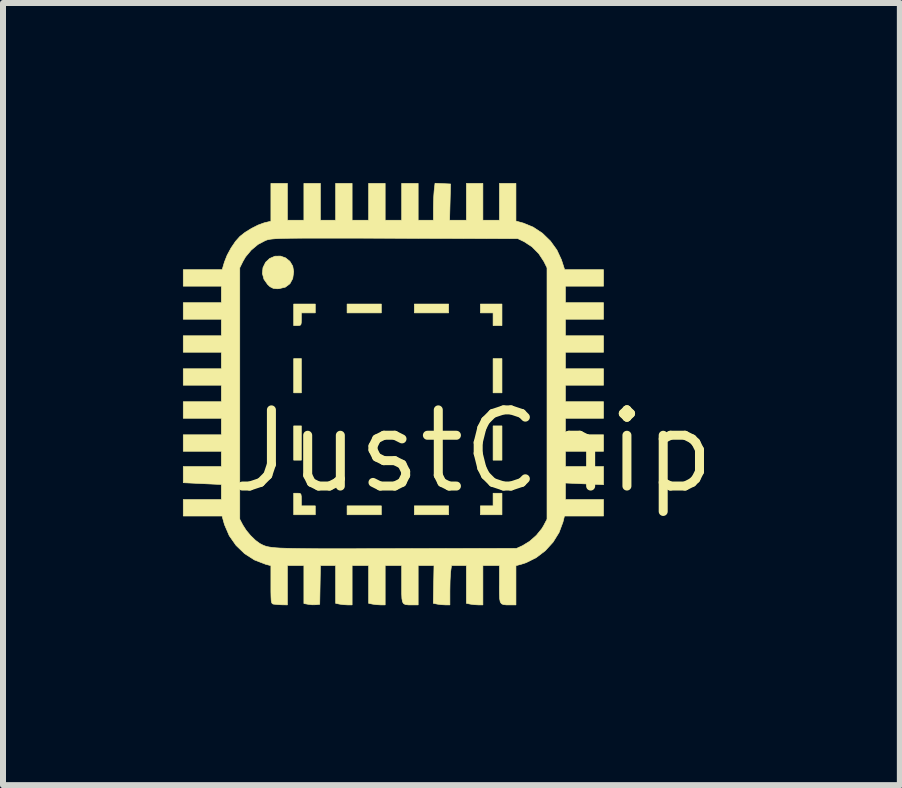
<source format=kicad_pcb>
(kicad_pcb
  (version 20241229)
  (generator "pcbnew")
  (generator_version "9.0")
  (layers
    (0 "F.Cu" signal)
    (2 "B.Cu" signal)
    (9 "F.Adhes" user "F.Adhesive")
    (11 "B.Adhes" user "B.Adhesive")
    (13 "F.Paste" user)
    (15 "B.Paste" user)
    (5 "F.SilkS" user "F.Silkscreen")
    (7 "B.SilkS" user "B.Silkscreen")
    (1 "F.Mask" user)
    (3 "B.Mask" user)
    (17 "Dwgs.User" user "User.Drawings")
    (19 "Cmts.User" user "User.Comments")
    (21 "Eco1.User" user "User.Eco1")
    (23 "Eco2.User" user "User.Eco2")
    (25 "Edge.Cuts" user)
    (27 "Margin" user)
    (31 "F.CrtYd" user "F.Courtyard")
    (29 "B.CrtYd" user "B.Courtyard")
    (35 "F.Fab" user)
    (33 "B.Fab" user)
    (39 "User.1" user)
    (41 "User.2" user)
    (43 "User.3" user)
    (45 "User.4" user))
  (footprint "JustChip"
    (layer "F.Cu")
    (at 4.831 4.473)
    (property "Reference" "JustChip" (at 0 0 0) (layer "F.SilkS") (effects (font (size 1.27 1.27) (thickness 0.15))))
    (attr through_hole)
    (fp_poly (pts (xy -2.857 -0.974) (xy -2.985 -0.974) (xy -2.985 -1.545) (xy -2.857 -1.545) (xy -2.857 -0.974)) (stroke (width 0.01) (type solid)) (fill yes) (layer "F.SilkS"))
    (fp_poly (pts (xy -2.857 0.148) (xy -2.985 0.148) (xy -2.985 -0.423) (xy -2.857 -0.423) (xy -2.857 0.148)) (stroke (width 0.01) (type solid)) (fill yes) (layer "F.SilkS"))
    (fp_poly (pts (xy -1.524 -2.307) (xy -2.095 -2.307) (xy -2.095 -2.455) (xy -1.524 -2.455) (xy -1.524 -2.307)) (stroke (width 0.01) (type solid)) (fill yes) (layer "F.SilkS"))
    (fp_poly (pts (xy -1.524 1.058) (xy -2.095 1.058) (xy -2.095 0.91) (xy -1.524 0.91) (xy -1.524 1.058)) (stroke (width 0.01) (type solid)) (fill yes) (layer "F.SilkS"))
    (fp_poly (pts (xy -0.402 -2.307) (xy -0.974 -2.307) (xy -0.974 -2.455) (xy -0.402 -2.455) (xy -0.402 -2.307)) (stroke (width 0.01) (type solid)) (fill yes) (layer "F.SilkS"))
    (fp_poly (pts (xy -0.402 1.058) (xy -0.974 1.058) (xy -0.974 0.91) (xy -0.402 0.91) (xy -0.402 1.058)) (stroke (width 0.01) (type solid)) (fill yes) (layer "F.SilkS"))
    (fp_poly (pts (xy 0.487 -0.974) (xy 0.339 -0.974) (xy 0.339 -1.545) (xy 0.487 -1.545) (xy 0.487 -0.974)) (stroke (width 0.01) (type solid)) (fill yes) (layer "F.SilkS"))
    (fp_poly (pts (xy 0.487 0.148) (xy 0.339 0.148) (xy 0.339 -0.423) (xy 0.487 -0.423) (xy 0.487 0.148)) (stroke (width 0.01) (type solid)) (fill yes) (layer "F.SilkS"))
    (fp_poly (pts (xy 0.487 -2.095) (xy 0.339 -2.095) (xy 0.339 -2.307) (xy 0.127 -2.307) (xy 0.127 -2.455) (xy 0.487 -2.455) (xy 0.487 -2.095)) (stroke (width 0.01) (type solid)) (fill yes) (layer "F.SilkS"))
    (fp_poly (pts (xy 0.487 1.058) (xy 0.127 1.058) (xy 0.127 0.91) (xy 0.339 0.91) (xy 0.339 0.699) (xy 0.487 0.699) (xy 0.487 1.058)) (stroke (width 0.01) (type solid)) (fill yes) (layer "F.SilkS"))
    (fp_poly (pts (xy -2.883 0.701) (xy -2.865 0.715) (xy -2.858 0.752) (xy -2.857 0.804) (xy -2.857 0.91) (xy -2.625 0.91) (xy -2.625 1.058) (xy -2.985 1.058) (xy -2.985 0.699) (xy -2.921 0.699) (xy -2.883 0.701)) (stroke (width 0.01) (type solid)) (fill yes) (layer "F.SilkS"))
    (fp_poly (pts (xy -2.625 -2.307) (xy -2.857 -2.307) (xy -2.857 -2.201) (xy -2.859 -2.139) (xy -2.867 -2.107) (xy -2.89 -2.097) (xy -2.921 -2.095) (xy -2.985 -2.095) (xy -2.985 -2.455) (xy -2.625 -2.455) (xy -2.625 -2.307)) (stroke (width 0.01) (type solid)) (fill yes) (layer "F.SilkS"))
    (fp_poly (pts (xy -3.12 -3.224) (xy -3.049 -3.167) (xy -3.001 -3.087) (xy -2.985 -2.994) (xy -3.001 -2.88) (xy -3.048 -2.793) (xy -3.124 -2.736) (xy -3.229 -2.711) (xy -3.261 -2.709) (xy -3.326 -2.716) (xy -3.379 -2.743) (xy -3.419 -2.78) (xy -3.481 -2.868) (xy -3.507 -2.965) (xy -3.497 -3.062) (xy -3.453 -3.151) (xy -3.386 -3.214) (xy -3.297 -3.252) (xy -3.205 -3.254) (xy -3.12 -3.224)) (stroke (width 0.01) (type solid)) (fill yes) (layer "F.SilkS"))
    (fp_poly (pts (xy -0.5 -4.462) (xy -0.37 -4.456) (xy -0.378 -4.154) (xy -0.386 -3.852) (xy -0.106 -3.852) (xy -0.106 -4.466) (xy 0.169 -4.466) (xy 0.169 -3.852) (xy 0.445 -3.852) (xy 0.445 -4.466) (xy 0.72 -4.466) (xy 0.72 -3.838) (xy 0.844 -3.804) (xy 1.007 -3.737) (xy 1.16 -3.636) (xy 1.294 -3.506) (xy 1.403 -3.355) (xy 1.48 -3.189) (xy 1.484 -3.176) (xy 1.532 -3.027) (xy 1.856 -3.027) (xy 2.18 -3.027) (xy 2.18 -2.752) (xy 1.545 -2.752) (xy 1.545 -2.477) (xy 2.18 -2.477) (xy 2.18 -2.201) (xy 1.545 -2.201) (xy 1.545 -1.926) (xy 2.18 -1.926) (xy 2.18 -1.651) (xy 1.545 -1.651) (xy 1.545 -1.376) (xy 2.18 -1.376) (xy 2.18 -1.101) (xy 1.545 -1.101) (xy 1.545 -0.826) (xy 2.18 -0.826) (xy 2.18 -0.55) (xy 1.545 -0.55) (xy 1.545 -0.275) (xy 2.18 -0.275) (xy 2.18 0) (xy 1.545 0) (xy 1.545 0.254) (xy 2.18 0.254) (xy 2.18 0.557) (xy 1.863 0.543) (xy 1.545 0.529) (xy 1.545 0.804) (xy 2.18 0.804) (xy 2.18 1.079) (xy 1.529 1.079) (xy 1.504 1.18) (xy 1.439 1.354) (xy 1.339 1.515) (xy 1.21 1.657) (xy 1.058 1.773) (xy 0.89 1.857) (xy 0.81 1.883) (xy 0.72 1.907) (xy 0.72 2.561) (xy 0.63 2.561) (xy 0.561 2.561) (xy 0.511 2.556) (xy 0.478 2.541) (xy 0.458 2.51) (xy 0.448 2.456) (xy 0.445 2.374) (xy 0.444 2.257) (xy 0.445 2.22) (xy 0.445 1.905) (xy 0.169 1.905) (xy 0.169 2.561) (xy 0.098 2.561) (xy 0.024 2.557) (xy -0.04 2.548) (xy -0.106 2.535) (xy -0.106 1.905) (xy -0.354 1.905) (xy -0.368 2.003) (xy -0.373 2.066) (xy -0.378 2.158) (xy -0.38 2.263) (xy -0.381 2.331) (xy -0.381 2.561) (xy -0.452 2.561) (xy -0.527 2.557) (xy -0.591 2.548) (xy -0.658 2.534) (xy -0.646 1.905) (xy -0.778 1.905) (xy -0.91 1.905) (xy -0.91 2.561) (xy -1 2.561) (xy -1.069 2.561) (xy -1.119 2.556) (xy -1.152 2.541) (xy -1.171 2.51) (xy -1.181 2.456) (xy -1.185 2.374) (xy -1.185 2.257) (xy -1.185 2.22) (xy -1.185 1.905) (xy -1.46 1.905) (xy -1.46 2.561) (xy -1.532 2.561) (xy -1.606 2.557) (xy -1.67 2.548) (xy -1.736 2.535) (xy -1.736 1.905) (xy -2.011 1.905) (xy -2.011 2.561) (xy -2.082 2.561) (xy -2.156 2.557) (xy -2.22 2.548) (xy -2.286 2.535) (xy -2.286 1.905) (xy -2.539 1.905) (xy -2.545 2.228) (xy -2.551 2.551) (xy -2.612 2.558) (xy -2.679 2.559) (xy -2.744 2.551) (xy -2.815 2.538) (xy -2.815 1.905) (xy -3.09 1.905) (xy -3.09 2.561) (xy -3.191 2.559) (xy -3.259 2.555) (xy -3.314 2.549) (xy -3.328 2.547) (xy -3.343 2.539) (xy -3.353 2.521) (xy -3.36 2.485) (xy -3.363 2.426) (xy -3.365 2.338) (xy -3.365 2.222) (xy -3.365 1.907) (xy -3.455 1.883) (xy -3.639 1.812) (xy -3.804 1.706) (xy -3.946 1.569) (xy -4.059 1.408) (xy -4.138 1.225) (xy -4.152 1.177) (xy -4.179 1.079) (xy -4.826 1.079) (xy -4.826 0.804) (xy -4.191 0.804) (xy -4.191 0.554) (xy -4.508 0.539) (xy -4.826 0.524) (xy -4.826 0.254) (xy -4.191 0.254) (xy -4.191 0) (xy -4.826 0) (xy -4.826 -0.275) (xy -4.191 -0.275) (xy -4.191 -0.55) (xy -4.826 -0.55) (xy -4.826 -0.826) (xy -4.191 -0.826) (xy -4.191 -1.101) (xy -4.826 -1.101) (xy -4.826 -1.376) (xy -4.191 -1.376) (xy -4.191 -1.651) (xy -4.826 -1.651) (xy -4.826 -1.926) (xy -4.191 -1.926) (xy -4.191 -2.201) (xy -4.826 -2.201) (xy -4.826 -2.477) (xy -4.191 -2.477) (xy -4.191 -2.752) (xy -4.826 -2.752) (xy -4.826 -3.027) (xy -4.178 -3.027) (xy -4.168 -3.059) (xy -3.884 -3.059) (xy -3.884 1.132) (xy -3.834 1.228) (xy -3.778 1.316) (xy -3.704 1.405) (xy -3.624 1.483) (xy -3.55 1.537) (xy -3.545 1.54) (xy -3.518 1.554) (xy -3.492 1.567) (xy -3.464 1.578) (xy -3.431 1.588) (xy -3.392 1.596) (xy -3.344 1.603) (xy -3.283 1.609) (xy -3.207 1.614) (xy -3.114 1.617) (xy -3.001 1.62) (xy -2.864 1.622) (xy -2.703 1.624) (xy -2.513 1.625) (xy -2.293 1.625) (xy -2.039 1.625) (xy -1.749 1.624) (xy -1.42 1.624) (xy -1.291 1.623) (xy 0.73 1.619) (xy 0.829 1.574) (xy 0.948 1.501) (xy 1.06 1.402) (xy 1.152 1.289) (xy 1.182 1.239) (xy 1.238 1.132) (xy 1.238 -3.059) (xy 1.186 -3.164) (xy 1.101 -3.294) (xy 0.987 -3.409) (xy 0.857 -3.494) (xy 0.751 -3.545) (xy -1.295 -3.551) (xy -1.635 -3.552) (xy -1.935 -3.553) (xy -2.198 -3.553) (xy -2.426 -3.553) (xy -2.623 -3.553) (xy -2.791 -3.553) (xy -2.932 -3.552) (xy -3.049 -3.551) (xy -3.145 -3.549) (xy -3.222 -3.547) (xy -3.283 -3.544) (xy -3.331 -3.54) (xy -3.368 -3.536) (xy -3.397 -3.531) (xy -3.421 -3.526) (xy -3.441 -3.519) (xy -3.459 -3.512) (xy -3.579 -3.449) (xy -3.693 -3.354) (xy -3.788 -3.24) (xy -3.832 -3.164) (xy -3.884 -3.059) (xy -4.168 -3.059) (xy -4.14 -3.154) (xy -4.095 -3.268) (xy -4.03 -3.388) (xy -3.955 -3.499) (xy -3.882 -3.581) (xy -3.796 -3.649) (xy -3.689 -3.715) (xy -3.579 -3.771) (xy -3.481 -3.807) (xy -3.47 -3.81) (xy -3.365 -3.835) (xy -3.365 -4.466) (xy -3.09 -4.466) (xy -3.09 -3.852) (xy -2.815 -3.852) (xy -2.815 -4.466) (xy -2.54 -4.466) (xy -2.54 -3.852) (xy -2.286 -3.852) (xy -2.286 -4.466) (xy -2.011 -4.466) (xy -2.011 -3.852) (xy -1.736 -3.852) (xy -1.736 -4.466) (xy -1.46 -4.466) (xy -1.46 -3.852) (xy -1.185 -3.852) (xy -1.185 -4.466) (xy -0.91 -4.466) (xy -0.91 -3.852) (xy -0.656 -3.852) (xy -0.656 -4.048) (xy -0.654 -4.151) (xy -0.65 -4.254) (xy -0.644 -4.337) (xy -0.642 -4.356) (xy -0.629 -4.468) (xy -0.5 -4.462)) (stroke (width 0.01) (type solid)) (fill yes) (layer "F.SilkS")))
  (gr_rect
    (start -3 -3)
    (end 11.951 10.039)
    (stroke (width 0.1) (type default))
    (fill no)
    (layer "Edge.Cuts")))
</source>
